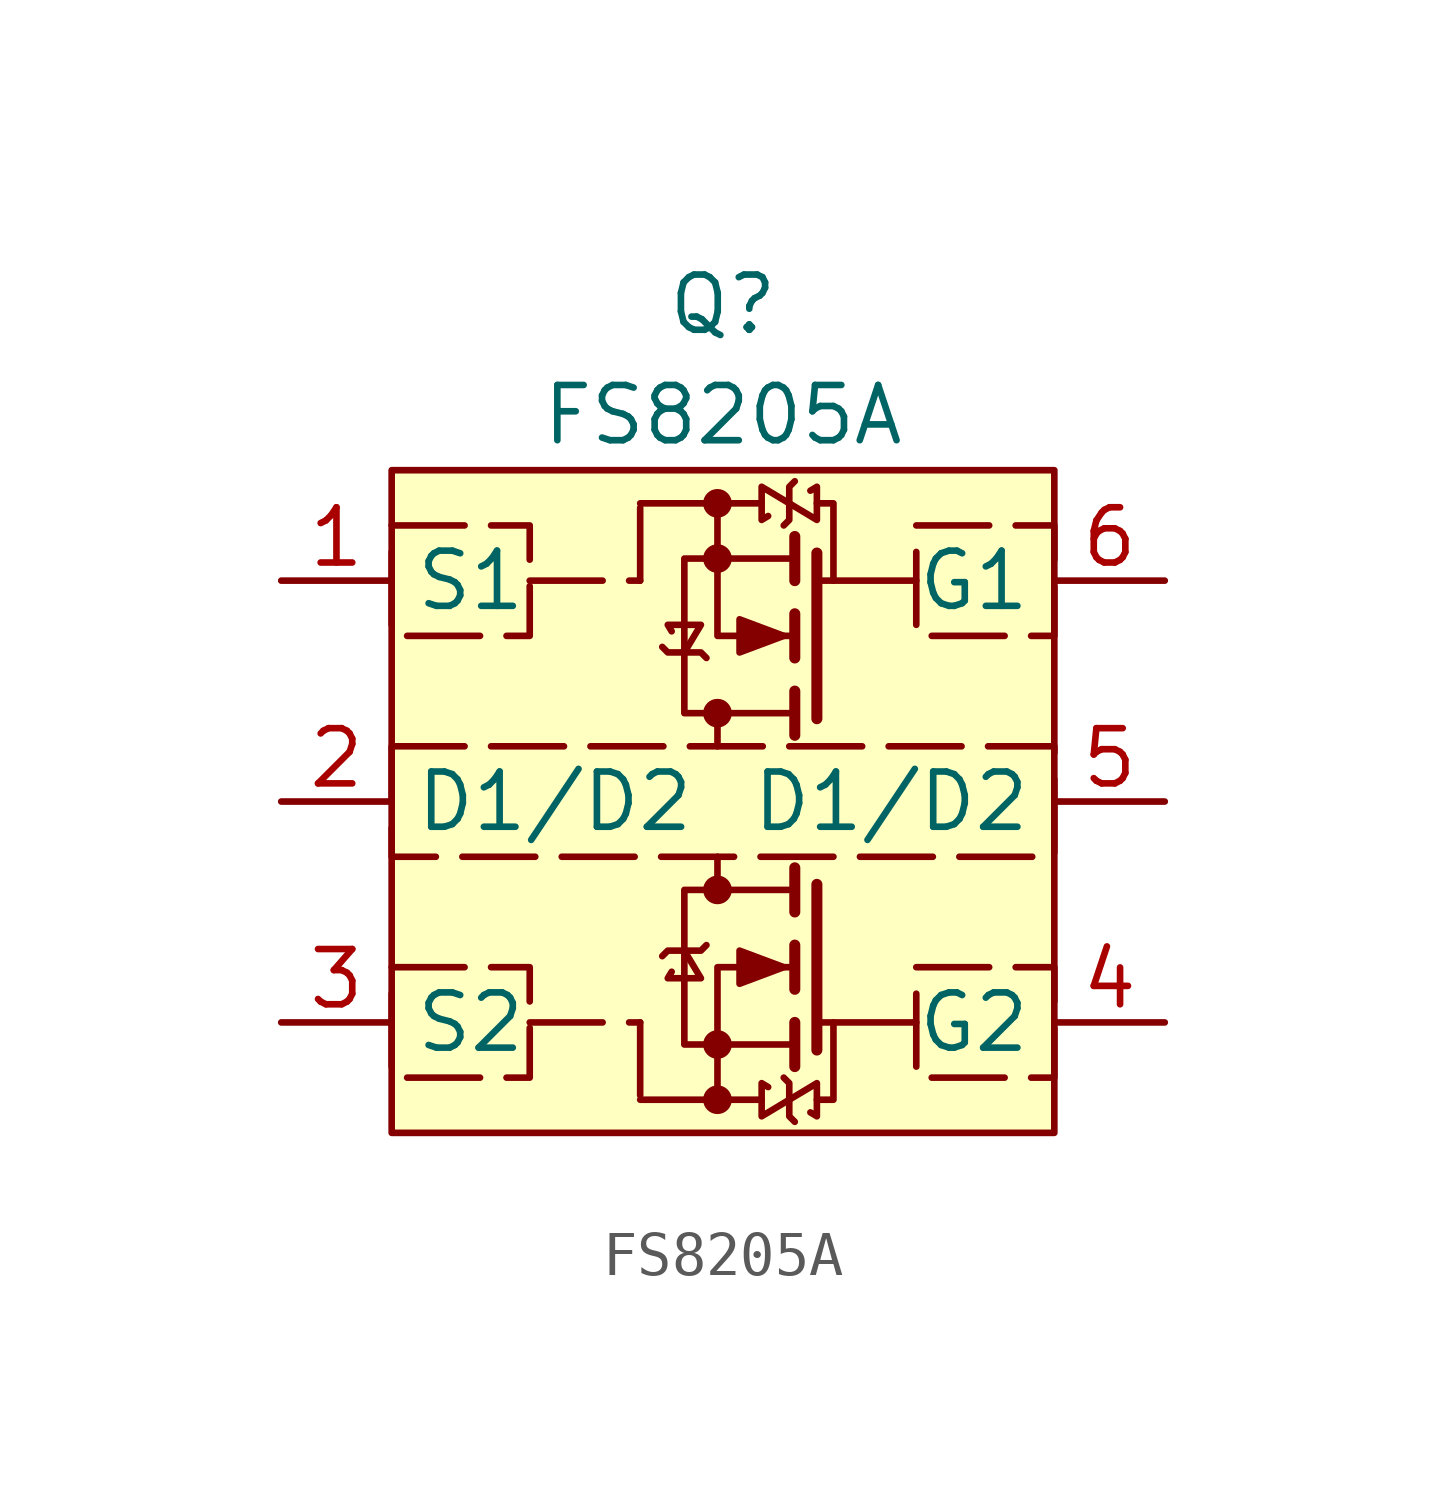
<source format=kicad_sym>
(kicad_symbol_lib
  (version 20220914)
  (generator kicad_symbol_editor)
  (symbol "FS8205A"
    (property "Reference" "Q"
      (at 0 11.43 0)
      (effects (font (size 1.27 1.27))))
    (property "Value" "FS8205A"
      (at 0 8.89 0)
      (effects (font (size 1.27 1.27))))
    (symbol "FS8205A_0_0"
      (pin unspecified line (at -10.16 5.08 0) (length 2.54) (name "S1" (effects (font (size 1.27 1.27)))) (number "1" (effects (font (size 1.27 1.27)))))
      (pin unspecified line (at -10.16 0 0) (length 2.54) (name "D1/D2" (effects (font (size 1.27 1.27)))) (number "2" (effects (font (size 1.27 1.27)))))
      (pin unspecified line (at -10.16 -5.08 0) (length 2.54) (name "S2" (effects (font (size 1.27 1.27)))) (number "3" (effects (font (size 1.27 1.27)))))
      (pin unspecified line (at 10.16 -5.08 180) (length 2.54) (name "G2" (effects (font (size 1.27 1.27)))) (number "4" (effects (font (size 1.27 1.27)))))
      (pin unspecified line (at 10.16 0 180) (length 2.54) (name "D1/D2" (effects (font (size 1.27 1.27)))) (number "5" (effects (font (size 1.27 1.27)))))
      (pin unspecified line (at 10.16 5.08 180) (length 2.54) (name "G1" (effects (font (size 1.27 1.27)))) (number "6" (effects (font (size 1.27 1.27))))))
    (symbol "FS8205A_0_1"
      (rectangle (start -7.62 -3.81) (end -4.445 -6.35) (stroke (width 0) (type dash)) (fill (type none)))
      (rectangle (start -7.62 1.27) (end 7.62 -1.27) (stroke (width 0) (type dash)) (fill (type none)))
      (rectangle (start -7.62 6.35) (end -4.445 3.81) (stroke (width 0) (type dash)) (fill (type none)))
      (rectangle (start -7.62 7.62) (end 7.62 -7.62) (stroke (width 0) (type default)) (fill (type background)))
      (circle (center -0.127 -6.858) (radius 0.254) (stroke (width 0) (type default)) (fill (type outline)))
      (circle (center -0.127 -5.588) (radius 0.254) (stroke (width 0) (type default)) (fill (type outline)))
      (circle (center -0.127 -2.032) (radius 0.254) (stroke (width 0) (type default)) (fill (type outline)))
      (circle (center -0.127 2.032) (radius 0.254) (stroke (width 0) (type default)) (fill (type outline)))
      (circle (center -0.127 5.588) (radius 0.254) (stroke (width 0) (type default)) (fill (type outline)))
      (circle (center -0.127 6.858) (radius 0.254) (stroke (width 0) (type default)) (fill (type outline)))
      (polyline (pts (xy -4.445 -5.08) (xy -1.905 -5.08)) (stroke (width 0) (type default)) (fill (type none)))
      (polyline (pts (xy -4.445 5.08) (xy -1.905 5.08)) (stroke (width 0) (type default)) (fill (type none)))
      (polyline (pts (xy -1.905 -5.08) (xy -1.905 -6.858)) (stroke (width 0) (type default)) (fill (type none)))
      (polyline (pts (xy -1.905 5.08) (xy -1.905 6.858)) (stroke (width 0) (type default)) (fill (type none)))
      (polyline (pts (xy -0.127 -6.858) (xy -1.905 -6.858)) (stroke (width 0) (type default)) (fill (type none)))
      (polyline (pts (xy -0.127 -6.858) (xy 0.889 -6.858)) (stroke (width 0) (type default)) (fill (type none)))
      (polyline (pts (xy -0.127 -1.27) (xy -0.127 -2.032)) (stroke (width 0) (type default)) (fill (type none)))
      (polyline (pts (xy -0.127 1.27) (xy -0.127 2.032)) (stroke (width 0) (type default)) (fill (type none)))
      (polyline (pts (xy -0.127 6.858) (xy -1.905 6.858)) (stroke (width 0) (type default)) (fill (type none)))
      (polyline (pts (xy -0.127 6.858) (xy 0.889 6.858)) (stroke (width 0) (type default)) (fill (type none)))
      (polyline (pts (xy 1.651 -5.08) (xy 1.651 -6.096)) (stroke (width 0.254) (type default)) (fill (type none)))
      (polyline (pts (xy 1.651 -3.302) (xy 1.651 -4.318)) (stroke (width 0.254) (type default)) (fill (type none)))
      (polyline (pts (xy 1.651 -1.524) (xy 1.651 -2.54)) (stroke (width 0.254) (type default)) (fill (type none)))
      (polyline (pts (xy 1.651 1.524) (xy 1.651 2.54)) (stroke (width 0.254) (type default)) (fill (type none)))
      (polyline (pts (xy 1.651 3.302) (xy 1.651 4.318)) (stroke (width 0.254) (type default)) (fill (type none)))
      (polyline (pts (xy 1.651 5.08) (xy 1.651 6.096)) (stroke (width 0.254) (type default)) (fill (type none)))
      (polyline (pts (xy 2.159 -5.08) (xy 4.445 -5.08)) (stroke (width 0) (type default)) (fill (type none)))
      (polyline (pts (xy 2.159 -1.905) (xy 2.159 -5.715)) (stroke (width 0.254) (type default)) (fill (type none)))
      (polyline (pts (xy 2.159 1.905) (xy 2.159 5.715)) (stroke (width 0.254) (type default)) (fill (type none)))
      (polyline (pts (xy 2.159 5.08) (xy 4.445 5.08)) (stroke (width 0) (type default)) (fill (type none)))
      (polyline (pts (xy -0.127 -6.858) (xy -0.127 -3.81) (xy 1.651 -3.81)) (stroke (width 0) (type default)) (fill (type none)))
      (polyline (pts (xy -0.127 6.858) (xy -0.127 3.81) (xy 1.651 3.81)) (stroke (width 0) (type default)) (fill (type none)))
      (polyline (pts (xy 2.54 -5.08) (xy 2.54 -6.858) (xy 2.159 -6.858)) (stroke (width 0) (type default)) (fill (type none)))
      (polyline (pts (xy 2.54 5.08) (xy 2.54 6.858) (xy 2.159 6.858)) (stroke (width 0) (type default)) (fill (type none)))
      (polyline (pts (xy -0.889 -3.429) (xy -0.508 -4.064) (xy -1.27 -4.064) (xy -0.889 -3.429)) (stroke (width 0) (type default)) (fill (type none)))
      (polyline (pts (xy -0.889 3.429) (xy -0.508 4.064) (xy -1.27 4.064) (xy -0.889 3.429)) (stroke (width 0) (type default)) (fill (type none)))
      (polyline (pts (xy -0.381 -3.302) (xy -0.508 -3.429) (xy -1.27 -3.429) (xy -1.397 -3.556)) (stroke (width 0) (type default)) (fill (type none)))
      (polyline (pts (xy -0.381 3.302) (xy -0.508 3.429) (xy -1.27 3.429) (xy -1.397 3.556)) (stroke (width 0) (type default)) (fill (type none)))
      (polyline (pts (xy 1.397 -3.81) (xy 0.381 -3.429) (xy 0.381 -4.191) (xy 1.397 -3.81)) (stroke (width 0) (type default)) (fill (type outline)))
      (polyline (pts (xy 1.397 3.81) (xy 0.381 3.429) (xy 0.381 4.191) (xy 1.397 3.81)) (stroke (width 0) (type default)) (fill (type outline)))
      (polyline (pts (xy 1.651 -5.588) (xy -0.889 -5.588) (xy -0.889 -2.032) (xy 1.651 -2.032)) (stroke (width 0) (type default)) (fill (type none)))
      (polyline (pts (xy 1.651 5.588) (xy -0.889 5.588) (xy -0.889 2.032) (xy 1.651 2.032)) (stroke (width 0) (type default)) (fill (type none)))
      (rectangle (start 4.445 -3.81) (end 7.62 -6.35) (stroke (width 0) (type dash)) (fill (type none)))
      (rectangle (start 4.445 6.35) (end 7.62 3.81) (stroke (width 0) (type dash)) (fill (type none))))
    (symbol "FS8205A_1_1"
      (polyline (pts (xy 1.524 -6.858) (xy 0.889 -7.239) (xy 0.889 -6.477) (xy 1.524 -6.858)) (stroke (width 0) (type default)) (fill (type none)))
      (polyline (pts (xy 1.524 -6.858) (xy 2.159 -6.477) (xy 2.159 -7.239) (xy 1.524 -6.858)) (stroke (width 0) (type default)) (fill (type none)))
      (polyline (pts (xy 1.524 6.858) (xy 0.889 7.239) (xy 0.889 6.477) (xy 1.524 6.858)) (stroke (width 0) (type default)) (fill (type none)))
      (polyline (pts (xy 1.524 6.858) (xy 2.159 6.477) (xy 2.159 7.239) (xy 1.524 6.858)) (stroke (width 0) (type default)) (fill (type none)))
      (polyline (pts (xy 1.651 -7.366) (xy 1.524 -7.239) (xy 1.524 -6.477) (xy 1.397 -6.35)) (stroke (width 0) (type default)) (fill (type none)))
      (polyline (pts (xy 1.651 7.366) (xy 1.524 7.239) (xy 1.524 6.477) (xy 1.397 6.35)) (stroke (width 0) (type default)) (fill (type none))))))
</source>
